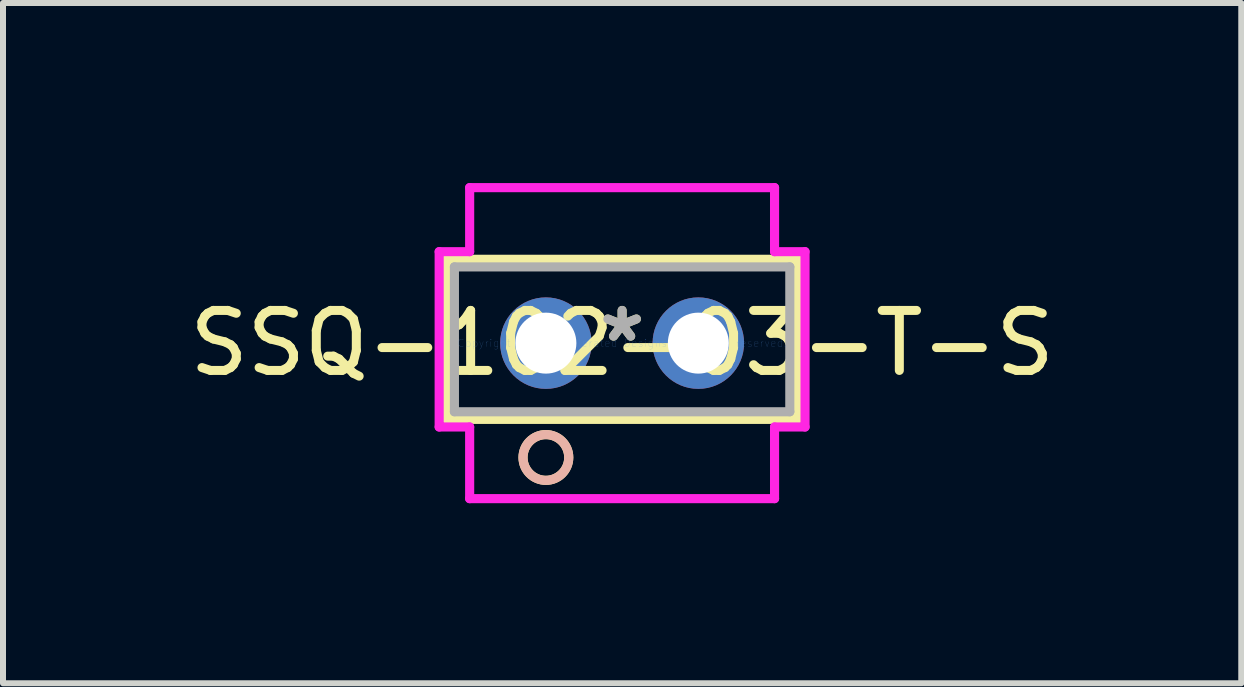
<source format=kicad_pcb>
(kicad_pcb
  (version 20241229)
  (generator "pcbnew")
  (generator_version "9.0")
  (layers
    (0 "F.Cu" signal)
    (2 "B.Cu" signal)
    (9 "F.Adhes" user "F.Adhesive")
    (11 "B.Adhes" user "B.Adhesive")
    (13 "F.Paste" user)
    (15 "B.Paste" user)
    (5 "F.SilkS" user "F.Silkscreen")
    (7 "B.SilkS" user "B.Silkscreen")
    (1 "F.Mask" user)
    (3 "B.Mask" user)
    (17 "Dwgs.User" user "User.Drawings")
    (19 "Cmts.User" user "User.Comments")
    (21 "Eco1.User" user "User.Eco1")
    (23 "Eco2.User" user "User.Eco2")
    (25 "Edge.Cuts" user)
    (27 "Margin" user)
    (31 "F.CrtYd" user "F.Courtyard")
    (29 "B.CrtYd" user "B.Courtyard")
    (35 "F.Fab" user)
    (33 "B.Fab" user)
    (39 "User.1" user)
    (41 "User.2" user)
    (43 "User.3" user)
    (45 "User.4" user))
  (footprint "SSQ-102-03-T-S"
    (layer "F.Cu")
    (at 7.315 2.667)
    (property "Reference" "SSQ-102-03-T-S" (at 0 0 0) (layer "F.SilkS") (effects (font (size 1 1) (thickness 0.15))))
    (attr through_hole)
    (fp_line (start -2.921 -1.397) (end -2.921 1.27) (stroke (width 0.152) (type solid)) (layer "F.SilkS"))
    (fp_line (start -2.921 1.27) (end 2.921 1.27) (stroke (width 0.152) (type solid)) (layer "F.SilkS"))
    (fp_line (start 2.921 -1.397) (end -2.921 -1.397) (stroke (width 0.152) (type solid)) (layer "F.SilkS"))
    (fp_line (start 2.921 1.27) (end 2.921 -1.397) (stroke (width 0.152) (type solid)) (layer "F.SilkS"))
    (fp_circle (center -1.27 1.905) (end -0.889 1.905) (stroke (width 0.152) (type solid)) (fill no) (layer "F.SilkS"))
    (fp_circle (center -1.27 1.905) (end -0.889 1.905) (stroke (width 0.152) (type solid)) (fill no) (layer "B.SilkS"))
    (fp_line (start -3.048 -1.524) (end -3.048 1.397) (stroke (width 0.152) (type solid)) (layer "F.CrtYd"))
    (fp_line (start -3.048 1.397) (end -2.54 1.397) (stroke (width 0.152) (type solid)) (layer "F.CrtYd"))
    (fp_line (start -2.54 -2.591) (end -2.54 -1.524) (stroke (width 0.152) (type solid)) (layer "F.CrtYd"))
    (fp_line (start -2.54 -1.524) (end -3.048 -1.524) (stroke (width 0.152) (type solid)) (layer "F.CrtYd"))
    (fp_line (start -2.54 1.397) (end -2.54 2.591) (stroke (width 0.152) (type solid)) (layer "F.CrtYd"))
    (fp_line (start -2.54 2.591) (end 2.54 2.591) (stroke (width 0.152) (type solid)) (layer "F.CrtYd"))
    (fp_line (start 2.54 -2.591) (end -2.54 -2.591) (stroke (width 0.152) (type solid)) (layer "F.CrtYd"))
    (fp_line (start 2.54 -1.524) (end 2.54 -2.591) (stroke (width 0.152) (type solid)) (layer "F.CrtYd"))
    (fp_line (start 2.54 1.397) (end 3.048 1.397) (stroke (width 0.152) (type solid)) (layer "F.CrtYd"))
    (fp_line (start 2.54 2.591) (end 2.54 1.397) (stroke (width 0.152) (type solid)) (layer "F.CrtYd"))
    (fp_line (start 3.048 -1.524) (end 2.54 -1.524) (stroke (width 0.152) (type solid)) (layer "F.CrtYd"))
    (fp_line (start 3.048 1.397) (end 3.048 -1.524) (stroke (width 0.152) (type solid)) (layer "F.CrtYd"))
    (fp_line (start -2.794 -1.27) (end -2.794 1.143) (stroke (width 0.152) (type solid)) (layer "F.Fab"))
    (fp_line (start -2.794 1.143) (end 2.794 1.143) (stroke (width 0.152) (type solid)) (layer "F.Fab"))
    (fp_line (start 2.794 -1.27) (end -2.794 -1.27) (stroke (width 0.152) (type solid)) (layer "F.Fab"))
    (fp_line (start 2.794 1.143) (end 2.794 -1.27) (stroke (width 0.152) (type solid)) (layer "F.Fab"))
    (fp_circle (center -1.27 0) (end -1.016 0) (stroke (width 0.152) (type solid)) (fill no) (layer "F.Fab"))
    (fp_text user "*" (at 0 0 0) (layer "F.SilkS") (effects (font (size 1 1) (thickness 0.15))))
    (fp_text user "Copyright 2016 Accelerated Designs. All rights reserved." (at 0 0 0) (layer "Cmts.User") (effects (font (size 0.127 0.127) (thickness 0.002))))
    (fp_text user "*" (at 0 0 0) (layer "F.Fab") (effects (font (size 1 1) (thickness 0.15))))
    (pad "1" thru_hole circle (at -1.27 0 90) (size 1.524 1.524) (drill 1.016) (layers "*.Cu" "*.Mask"))
    (pad "2" thru_hole circle (at 1.27 0 90) (size 1.524 1.524) (drill 1.016) (layers "*.Cu" "*.Mask")))
  (gr_rect
    (start -3 -3)
    (end 17.631 8.334)
    (stroke (width 0.1) (type default))
    (fill no)
    (layer "Edge.Cuts")))
</source>
